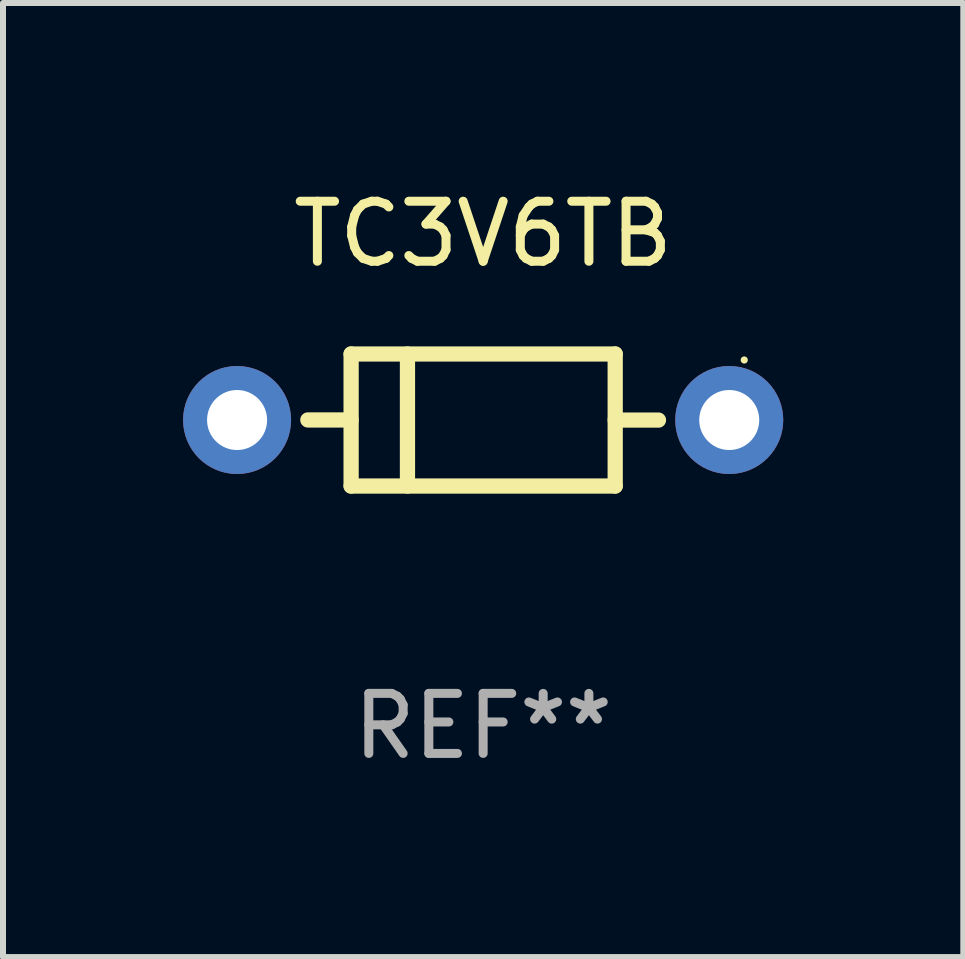
<source format=kicad_pcb>
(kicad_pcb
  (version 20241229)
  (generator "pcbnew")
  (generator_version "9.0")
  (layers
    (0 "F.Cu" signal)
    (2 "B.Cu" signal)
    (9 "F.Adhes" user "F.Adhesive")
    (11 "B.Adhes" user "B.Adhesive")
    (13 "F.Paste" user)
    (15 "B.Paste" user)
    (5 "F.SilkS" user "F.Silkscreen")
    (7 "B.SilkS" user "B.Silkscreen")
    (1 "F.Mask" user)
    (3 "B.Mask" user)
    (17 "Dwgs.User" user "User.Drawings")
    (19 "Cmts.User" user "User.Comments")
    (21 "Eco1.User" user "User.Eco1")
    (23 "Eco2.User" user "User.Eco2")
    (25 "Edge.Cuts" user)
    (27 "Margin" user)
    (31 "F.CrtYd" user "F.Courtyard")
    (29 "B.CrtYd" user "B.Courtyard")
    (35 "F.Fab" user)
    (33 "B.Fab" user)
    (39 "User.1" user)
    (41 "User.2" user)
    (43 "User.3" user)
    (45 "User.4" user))
  (footprint "TC3V6TB"
    (layer "F.Cu")
    (at 5 3.948)
    (property "Reference" "TC3V6TB" (at 0 -3.1 0) (layer "F.SilkS") (effects (font (size 1 1) (thickness 0.15))))
    (attr through_hole)
    (fp_line (start -2.2 -1.1) (end -2.2 1.1) (stroke (width 0.254) (type solid)) (layer "F.SilkS"))
    (fp_line (start -2.2 -1.1) (end 2.2 -1.1) (stroke (width 0.254) (type solid)) (layer "F.SilkS"))
    (fp_line (start -2.2 -0.001) (end -2.921 -0.001) (stroke (width 0.254) (type solid)) (layer "F.SilkS"))
    (fp_line (start -2.2 1.1) (end 2.2 1.1) (stroke (width 0.254) (type solid)) (layer "F.SilkS"))
    (fp_line (start -1.261 -1.1) (end -1.261 1.1) (stroke (width 0.254) (type solid)) (layer "F.SilkS"))
    (fp_line (start 2.2 -1.1) (end 2.2 1.1) (stroke (width 0.254) (type solid)) (layer "F.SilkS"))
    (fp_line (start 2.2 0.001) (end 2.921 0.001) (stroke (width 0.254) (type solid)) (layer "F.SilkS"))
    (fp_circle (center 4.35 -1) (end 4.38 -1) (stroke (width 0.06) (type solid)) (fill no) (layer "F.SilkS"))
    (fp_text user "REF**" (at 0 5.1 0) (layer "F.Fab") (effects (font (size 1 1) (thickness 0.15))))
    (pad "1" thru_hole circle (at 4.1 0) (size 1.8 1.8) (drill 1) (layers "*.Cu" "*.Mask"))
    (pad "2" thru_hole circle (at -4.1 0) (size 1.8 1.8) (drill 1) (layers "*.Cu" "*.Mask")))
  (gr_rect
    (start -3 -3)
    (end 13 12.896)
    (stroke (width 0.1) (type default))
    (fill no)
    (layer "Edge.Cuts")))
</source>
